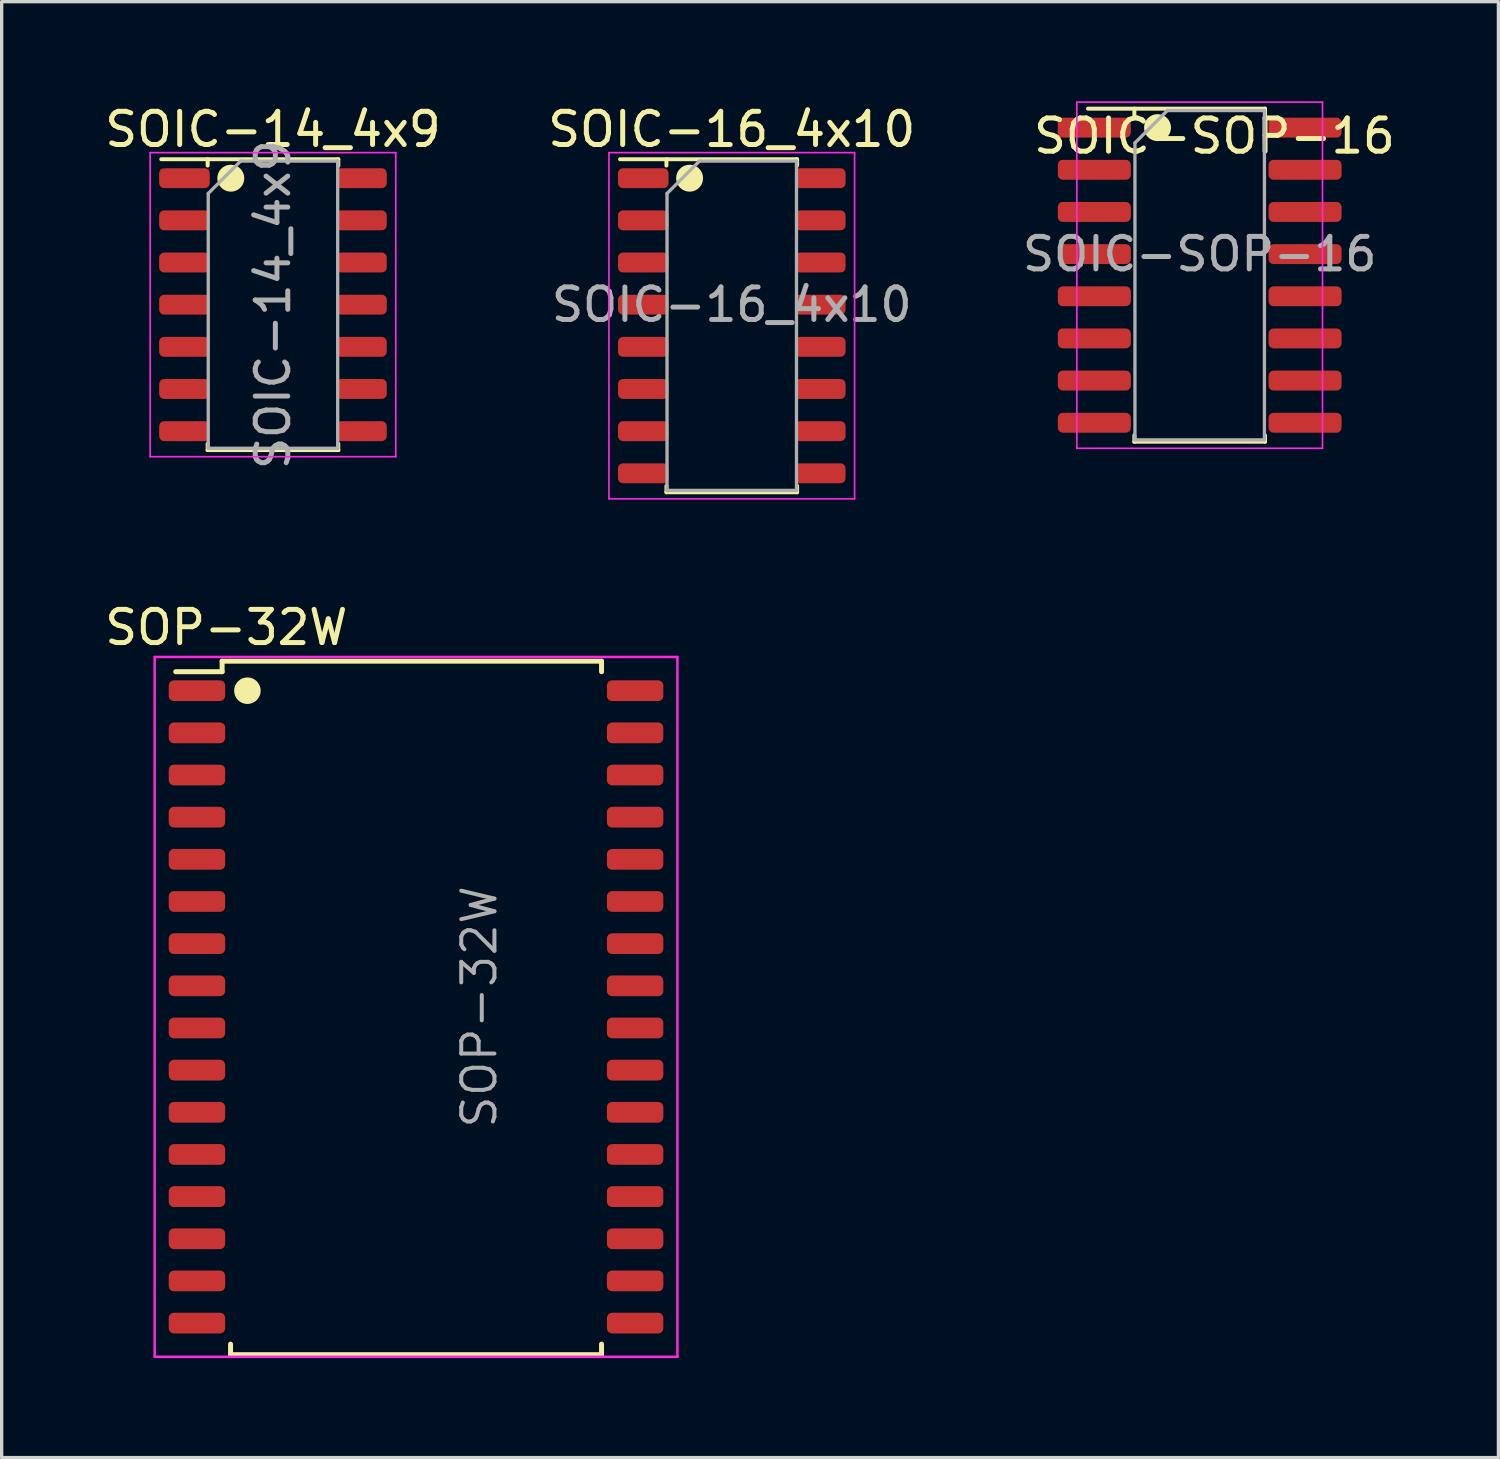
<source format=kicad_pcb>
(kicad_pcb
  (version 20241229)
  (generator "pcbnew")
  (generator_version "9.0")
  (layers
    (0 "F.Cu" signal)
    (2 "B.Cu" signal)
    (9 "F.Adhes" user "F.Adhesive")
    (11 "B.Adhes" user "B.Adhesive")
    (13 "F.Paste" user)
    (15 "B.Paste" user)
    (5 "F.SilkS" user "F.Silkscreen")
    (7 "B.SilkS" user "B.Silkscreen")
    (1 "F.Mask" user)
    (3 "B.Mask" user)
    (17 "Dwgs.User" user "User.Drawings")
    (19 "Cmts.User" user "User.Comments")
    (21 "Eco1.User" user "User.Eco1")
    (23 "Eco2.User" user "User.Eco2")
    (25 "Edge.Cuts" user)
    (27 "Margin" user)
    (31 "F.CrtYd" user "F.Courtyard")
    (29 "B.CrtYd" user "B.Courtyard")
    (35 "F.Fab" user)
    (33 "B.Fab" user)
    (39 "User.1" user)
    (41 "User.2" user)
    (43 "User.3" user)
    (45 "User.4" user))
  (footprint "SOIC-SOP-16"
    (layer "F.Cu")
    (at 33.09 5.24)
    (property "Reference" "SOIC-SOP-16" (at 0.445 -4.191 0) (layer "F.SilkS") (effects (font (size 1 1) (thickness 0.15))))
    (attr smd)
    (fp_line (start -3.365 -5.016) (end 1.968 -5.016) (stroke (width 0.12) (type solid)) (layer "F.SilkS"))
    (fp_line (start -1.968 -4.826) (end -1.968 -5.016) (stroke (width 0.12) (type solid)) (layer "F.SilkS"))
    (fp_line (start -1.968 4.826) (end -1.968 5.016) (stroke (width 0.12) (type solid)) (layer "F.SilkS"))
    (fp_line (start -1.968 5.016) (end 1.968 5.016) (stroke (width 0.12) (type solid)) (layer "F.SilkS"))
    (fp_line (start 1.968 -4.826) (end 1.968 -5.016) (stroke (width 0.12) (type solid)) (layer "F.SilkS"))
    (fp_line (start 1.968 5.016) (end 1.968 4.826) (stroke (width 0.12) (type solid)) (layer "F.SilkS"))
    (fp_circle (center -1.27 -4.445) (end -1.067 -4.445) (stroke (width 0.406) (type solid)) (fill no) (layer "F.SilkS"))
    (fp_line (start -3.7 -5.215) (end -3.7 5.215) (stroke (width 0.05) (type solid)) (layer "F.CrtYd"))
    (fp_line (start -3.7 5.215) (end 3.7 5.215) (stroke (width 0.05) (type solid)) (layer "F.CrtYd"))
    (fp_line (start 3.7 -5.215) (end -3.7 -5.215) (stroke (width 0.05) (type solid)) (layer "F.CrtYd"))
    (fp_line (start 3.7 5.215) (end 3.7 -5.215) (stroke (width 0.05) (type solid)) (layer "F.CrtYd"))
    (fp_line (start -1.95 -3.985) (end -0.975 -4.96) (stroke (width 0.1) (type solid)) (layer "F.Fab"))
    (fp_line (start -1.95 4.96) (end -1.95 -3.985) (stroke (width 0.1) (type solid)) (layer "F.Fab"))
    (fp_line (start -0.975 -4.96) (end 1.95 -4.96) (stroke (width 0.1) (type solid)) (layer "F.Fab"))
    (fp_line (start 1.95 -4.96) (end 1.95 4.96) (stroke (width 0.1) (type solid)) (layer "F.Fab"))
    (fp_line (start 1.95 4.96) (end -1.95 4.96) (stroke (width 0.1) (type solid)) (layer "F.Fab"))
    (fp_text user "${REFERENCE}" (at 0 -0.635 0) (layer "F.Fab") (effects (font (size 0.98 0.98) (thickness 0.15))))
    (pad "1" smd roundrect (at -3.175 -4.445) (size 2.2 0.6) (layers "F.Cu" "F.Mask" "F.Paste") (roundrect_rratio 0.25))
    (pad "2" smd roundrect (at -3.174 -3.175) (size 2.2 0.6) (layers "F.Cu" "F.Mask" "F.Paste") (roundrect_rratio 0.25))
    (pad "3" smd roundrect (at -3.174 -1.905) (size 2.2 0.6) (layers "F.Cu" "F.Mask" "F.Paste") (roundrect_rratio 0.25))
    (pad "4" smd roundrect (at -3.174 -0.635) (size 2.2 0.6) (layers "F.Cu" "F.Mask" "F.Paste") (roundrect_rratio 0.25))
    (pad "5" smd roundrect (at -3.174 0.635) (size 2.2 0.6) (layers "F.Cu" "F.Mask" "F.Paste") (roundrect_rratio 0.25))
    (pad "6" smd roundrect (at -3.174 1.905) (size 2.2 0.6) (layers "F.Cu" "F.Mask" "F.Paste") (roundrect_rratio 0.25))
    (pad "7" smd roundrect (at -3.174 3.175) (size 2.2 0.6) (layers "F.Cu" "F.Mask" "F.Paste") (roundrect_rratio 0.25))
    (pad "8" smd roundrect (at -3.174 4.445) (size 2.2 0.6) (layers "F.Cu" "F.Mask" "F.Paste") (roundrect_rratio 0.25))
    (pad "9" smd roundrect (at 3.174 4.445) (size 2.2 0.6) (layers "F.Cu" "F.Mask" "F.Paste") (roundrect_rratio 0.25))
    (pad "10" smd roundrect (at 3.174 3.175) (size 2.2 0.6) (layers "F.Cu" "F.Mask" "F.Paste") (roundrect_rratio 0.25))
    (pad "11" smd roundrect (at 3.174 1.905) (size 2.2 0.6) (layers "F.Cu" "F.Mask" "F.Paste") (roundrect_rratio 0.25))
    (pad "12" smd roundrect (at 3.174 0.635) (size 2.2 0.6) (layers "F.Cu" "F.Mask" "F.Paste") (roundrect_rratio 0.25))
    (pad "13" smd roundrect (at 3.174 -0.635) (size 2.2 0.6) (layers "F.Cu" "F.Mask" "F.Paste") (roundrect_rratio 0.25))
    (pad "14" smd roundrect (at 3.174 -1.905) (size 2.2 0.6) (layers "F.Cu" "F.Mask" "F.Paste") (roundrect_rratio 0.25))
    (pad "15" smd roundrect (at 3.174 -3.175) (size 2.2 0.6) (layers "F.Cu" "F.Mask" "F.Paste") (roundrect_rratio 0.25))
    (pad "16" smd roundrect (at 3.174 -4.445) (size 2.2 0.6) (layers "F.Cu" "F.Mask" "F.Paste") (roundrect_rratio 0.25)))
  (footprint "SOIC-16_4x10"
    (layer "F.Cu")
    (at 18.994 6.763)
    (property "Reference" "SOIC-16_4x10" (at 0 -5.915 0) (layer "F.SilkS") (effects (font (size 1 1) (thickness 0.15))))
    (attr smd)
    (fp_line (start -3.365 -5.016) (end 1.968 -5.016) (stroke (width 0.12) (type solid)) (layer "F.SilkS"))
    (fp_line (start -1.968 -4.826) (end -1.968 -5.016) (stroke (width 0.12) (type solid)) (layer "F.SilkS"))
    (fp_line (start -1.968 4.826) (end -1.968 5.016) (stroke (width 0.12) (type solid)) (layer "F.SilkS"))
    (fp_line (start -1.968 5.016) (end 1.968 5.016) (stroke (width 0.12) (type solid)) (layer "F.SilkS"))
    (fp_line (start 1.968 -4.826) (end 1.968 -5.016) (stroke (width 0.12) (type solid)) (layer "F.SilkS"))
    (fp_line (start 1.968 5.016) (end 1.968 4.826) (stroke (width 0.12) (type solid)) (layer "F.SilkS"))
    (fp_circle (center -1.27 -4.445) (end -1.067 -4.445) (stroke (width 0.406) (type solid)) (fill no) (layer "F.SilkS"))
    (fp_line (start -3.7 -5.215) (end -3.7 5.215) (stroke (width 0.05) (type solid)) (layer "F.CrtYd"))
    (fp_line (start -3.7 5.215) (end 3.7 5.215) (stroke (width 0.05) (type solid)) (layer "F.CrtYd"))
    (fp_line (start 3.7 -5.215) (end -3.7 -5.215) (stroke (width 0.05) (type solid)) (layer "F.CrtYd"))
    (fp_line (start 3.7 5.215) (end 3.7 -5.215) (stroke (width 0.05) (type solid)) (layer "F.CrtYd"))
    (fp_line (start -1.95 -3.985) (end -0.975 -4.96) (stroke (width 0.1) (type solid)) (layer "F.Fab"))
    (fp_line (start -1.95 4.96) (end -1.95 -3.985) (stroke (width 0.1) (type solid)) (layer "F.Fab"))
    (fp_line (start -0.975 -4.96) (end 1.95 -4.96) (stroke (width 0.1) (type solid)) (layer "F.Fab"))
    (fp_line (start 1.95 -4.96) (end 1.95 4.96) (stroke (width 0.1) (type solid)) (layer "F.Fab"))
    (fp_line (start 1.95 4.96) (end -1.95 4.96) (stroke (width 0.1) (type solid)) (layer "F.Fab"))
    (fp_text user "${REFERENCE}" (at 0 -0.635 0) (layer "F.Fab") (effects (font (size 0.98 0.98) (thickness 0.15))))
    (pad "1" smd roundrect (at -2.666 -4.445) (size 1.524 0.6) (layers "F.Cu" "F.Mask" "F.Paste") (roundrect_rratio 0.25))
    (pad "2" smd roundrect (at -2.666 -3.175) (size 1.524 0.6) (layers "F.Cu" "F.Mask" "F.Paste") (roundrect_rratio 0.25))
    (pad "3" smd roundrect (at -2.666 -1.905) (size 1.524 0.6) (layers "F.Cu" "F.Mask" "F.Paste") (roundrect_rratio 0.25))
    (pad "4" smd roundrect (at -2.666 -0.635) (size 1.524 0.6) (layers "F.Cu" "F.Mask" "F.Paste") (roundrect_rratio 0.25))
    (pad "5" smd roundrect (at -2.666 0.635) (size 1.524 0.6) (layers "F.Cu" "F.Mask" "F.Paste") (roundrect_rratio 0.25))
    (pad "6" smd roundrect (at -2.666 1.905) (size 1.524 0.6) (layers "F.Cu" "F.Mask" "F.Paste") (roundrect_rratio 0.25))
    (pad "7" smd roundrect (at -2.666 3.175) (size 1.524 0.6) (layers "F.Cu" "F.Mask" "F.Paste") (roundrect_rratio 0.25))
    (pad "8" smd roundrect (at -2.666 4.445) (size 1.524 0.6) (layers "F.Cu" "F.Mask" "F.Paste") (roundrect_rratio 0.25))
    (pad "9" smd roundrect (at 2.666 4.445) (size 1.524 0.6) (layers "F.Cu" "F.Mask" "F.Paste") (roundrect_rratio 0.25))
    (pad "10" smd roundrect (at 2.666 3.175) (size 1.524 0.6) (layers "F.Cu" "F.Mask" "F.Paste") (roundrect_rratio 0.25))
    (pad "11" smd roundrect (at 2.666 1.905) (size 1.524 0.6) (layers "F.Cu" "F.Mask" "F.Paste") (roundrect_rratio 0.25))
    (pad "12" smd roundrect (at 2.666 0.635) (size 1.524 0.6) (layers "F.Cu" "F.Mask" "F.Paste") (roundrect_rratio 0.25))
    (pad "13" smd roundrect (at 2.666 -0.635) (size 1.524 0.6) (layers "F.Cu" "F.Mask" "F.Paste") (roundrect_rratio 0.25))
    (pad "14" smd roundrect (at 2.666 -1.905) (size 1.524 0.6) (layers "F.Cu" "F.Mask" "F.Paste") (roundrect_rratio 0.25))
    (pad "15" smd roundrect (at 2.666 -3.175) (size 1.524 0.6) (layers "F.Cu" "F.Mask" "F.Paste") (roundrect_rratio 0.25))
    (pad "16" smd roundrect (at 2.666 -4.445) (size 1.524 0.6) (layers "F.Cu" "F.Mask" "F.Paste") (roundrect_rratio 0.25)))
  (footprint "SOIC-14_4x9"
    (layer "F.Cu")
    (at 5.173 6.128)
    (property "Reference" "SOIC-14_4x9" (at 0 -5.28 0) (layer "F.SilkS") (effects (font (size 1 1) (thickness 0.15))))
    (attr smd)
    (fp_line (start -3.365 -4.381) (end 1.968 -4.381) (stroke (width 0.12) (type solid)) (layer "F.SilkS"))
    (fp_line (start -1.968 -4.191) (end -1.968 -4.381) (stroke (width 0.12) (type solid)) (layer "F.SilkS"))
    (fp_line (start -1.968 4.191) (end -1.968 4.381) (stroke (width 0.12) (type solid)) (layer "F.SilkS"))
    (fp_line (start -1.968 4.381) (end 1.968 4.381) (stroke (width 0.12) (type solid)) (layer "F.SilkS"))
    (fp_line (start 1.968 -4.191) (end 1.968 -4.381) (stroke (width 0.12) (type solid)) (layer "F.SilkS"))
    (fp_line (start 1.968 4.381) (end 1.968 4.191) (stroke (width 0.12) (type solid)) (layer "F.SilkS"))
    (fp_circle (center -1.27 -3.81) (end -1.067 -3.81) (stroke (width 0.406) (type solid)) (fill no) (layer "F.SilkS"))
    (fp_line (start -3.7 -4.58) (end -3.7 4.58) (stroke (width 0.05) (type solid)) (layer "F.CrtYd"))
    (fp_line (start -3.7 4.58) (end 3.7 4.58) (stroke (width 0.05) (type solid)) (layer "F.CrtYd"))
    (fp_line (start 3.7 -4.58) (end -3.7 -4.58) (stroke (width 0.05) (type solid)) (layer "F.CrtYd"))
    (fp_line (start 3.7 4.58) (end 3.7 -4.58) (stroke (width 0.05) (type solid)) (layer "F.CrtYd"))
    (fp_line (start -1.95 -3.35) (end -0.975 -4.325) (stroke (width 0.1) (type solid)) (layer "F.Fab"))
    (fp_line (start -1.95 4.325) (end -1.95 -3.35) (stroke (width 0.1) (type solid)) (layer "F.Fab"))
    (fp_line (start -0.975 -4.325) (end 1.95 -4.325) (stroke (width 0.1) (type solid)) (layer "F.Fab"))
    (fp_line (start 1.95 -4.325) (end 1.95 4.325) (stroke (width 0.1) (type solid)) (layer "F.Fab"))
    (fp_line (start 1.95 4.325) (end -1.95 4.325) (stroke (width 0.1) (type solid)) (layer "F.Fab"))
    (fp_text user "${REFERENCE}" (at 0 0 270) (layer "F.Fab") (effects (font (size 0.98 0.98) (thickness 0.15))))
    (pad "1" smd roundrect (at -2.666 -3.81) (size 1.524 0.6) (layers "F.Cu" "F.Mask" "F.Paste") (roundrect_rratio 0.25))
    (pad "2" smd roundrect (at -2.666 -2.54) (size 1.524 0.6) (layers "F.Cu" "F.Mask" "F.Paste") (roundrect_rratio 0.25))
    (pad "3" smd roundrect (at -2.666 -1.27) (size 1.524 0.6) (layers "F.Cu" "F.Mask" "F.Paste") (roundrect_rratio 0.25))
    (pad "4" smd roundrect (at -2.666 0) (size 1.524 0.6) (layers "F.Cu" "F.Mask" "F.Paste") (roundrect_rratio 0.25))
    (pad "5" smd roundrect (at -2.666 1.27) (size 1.524 0.6) (layers "F.Cu" "F.Mask" "F.Paste") (roundrect_rratio 0.25))
    (pad "6" smd roundrect (at -2.666 2.54) (size 1.524 0.6) (layers "F.Cu" "F.Mask" "F.Paste") (roundrect_rratio 0.25))
    (pad "7" smd roundrect (at -2.666 3.81) (size 1.524 0.6) (layers "F.Cu" "F.Mask" "F.Paste") (roundrect_rratio 0.25))
    (pad "8" smd roundrect (at 2.666 3.81) (size 1.524 0.6) (layers "F.Cu" "F.Mask" "F.Paste") (roundrect_rratio 0.25))
    (pad "9" smd roundrect (at 2.666 2.54) (size 1.524 0.6) (layers "F.Cu" "F.Mask" "F.Paste") (roundrect_rratio 0.25))
    (pad "10" smd roundrect (at 2.666 1.27) (size 1.524 0.6) (layers "F.Cu" "F.Mask" "F.Paste") (roundrect_rratio 0.25))
    (pad "11" smd roundrect (at 2.666 0) (size 1.524 0.6) (layers "F.Cu" "F.Mask" "F.Paste") (roundrect_rratio 0.25))
    (pad "12" smd roundrect (at 2.666 -1.27) (size 1.524 0.6) (layers "F.Cu" "F.Mask" "F.Paste") (roundrect_rratio 0.25))
    (pad "13" smd roundrect (at 2.666 -2.54) (size 1.524 0.6) (layers "F.Cu" "F.Mask" "F.Paste") (roundrect_rratio 0.25))
    (pad "14" smd roundrect (at 2.666 -3.81) (size 1.524 0.6) (layers "F.Cu" "F.Mask" "F.Paste") (roundrect_rratio 0.25)))
  (footprint "SOP-32W"
    (layer "F.Cu")
    (at 9.483 27.282)
    (property "Reference" "SOP-32W" (at -5.715 -11.43 0) (layer "F.SilkS") (effects (font (size 1 1) (thickness 0.15))))
    (attr smd)
    (fp_line (start -7.239 -10.097) (end -5.842 -10.097) (stroke (width 0.15) (type solid)) (layer "F.SilkS"))
    (fp_line (start -5.842 -10.414) (end 5.588 -10.414) (stroke (width 0.15) (type solid)) (layer "F.SilkS"))
    (fp_line (start -5.842 -10.097) (end -5.842 -10.414) (stroke (width 0.15) (type solid)) (layer "F.SilkS"))
    (fp_line (start -5.588 10.477) (end -5.588 10.16) (stroke (width 0.15) (type solid)) (layer "F.SilkS"))
    (fp_line (start -5.588 10.477) (end 5.588 10.477) (stroke (width 0.15) (type solid)) (layer "F.SilkS"))
    (fp_line (start 5.588 -10.414) (end 5.588 -10.097) (stroke (width 0.15) (type solid)) (layer "F.SilkS"))
    (fp_line (start 5.588 10.16) (end 5.588 10.477) (stroke (width 0.15) (type solid)) (layer "F.SilkS"))
    (fp_circle (center -5.08 -9.525) (end -4.88 -9.525) (stroke (width 0.4) (type solid)) (fill no) (layer "F.SilkS"))
    (fp_line (start -7.874 -10.541) (end -7.874 10.541) (stroke (width 0.075) (type solid)) (layer "F.CrtYd"))
    (fp_line (start -7.874 -10.541) (end 7.874 -10.541) (stroke (width 0.075) (type solid)) (layer "F.CrtYd"))
    (fp_line (start -7.874 10.541) (end 7.874 10.541) (stroke (width 0.075) (type solid)) (layer "F.CrtYd"))
    (fp_line (start 7.874 10.541) (end 7.874 -10.541) (stroke (width 0.075) (type solid)) (layer "F.CrtYd"))
    (fp_text user "${REFERENCE}" (at 1.905 0 270) (layer "F.Fab") (effects (font (size 1 1) (thickness 0.12))))
    (pad "1" smd roundrect (at -6.6 -9.525) (size 1.7 0.625) (layers "F.Cu" "F.Mask" "F.Paste") (roundrect_rratio 0.25))
    (pad "2" smd roundrect (at -6.6 -8.255) (size 1.7 0.625) (layers "F.Cu" "F.Mask" "F.Paste") (roundrect_rratio 0.25))
    (pad "3" smd roundrect (at -6.6 -6.985) (size 1.7 0.625) (layers "F.Cu" "F.Mask" "F.Paste") (roundrect_rratio 0.25))
    (pad "4" smd roundrect (at -6.6 -5.715) (size 1.7 0.625) (layers "F.Cu" "F.Mask" "F.Paste") (roundrect_rratio 0.25))
    (pad "5" smd roundrect (at -6.6 -4.445) (size 1.7 0.625) (layers "F.Cu" "F.Mask" "F.Paste") (roundrect_rratio 0.25))
    (pad "6" smd roundrect (at -6.6 -3.175) (size 1.7 0.625) (layers "F.Cu" "F.Mask" "F.Paste") (roundrect_rratio 0.25))
    (pad "7" smd roundrect (at -6.6 -1.905) (size 1.7 0.625) (layers "F.Cu" "F.Mask" "F.Paste") (roundrect_rratio 0.25))
    (pad "8" smd roundrect (at -6.6 -0.635) (size 1.7 0.625) (layers "F.Cu" "F.Mask" "F.Paste") (roundrect_rratio 0.25))
    (pad "9" smd roundrect (at -6.6 0.635) (size 1.7 0.625) (layers "F.Cu" "F.Mask" "F.Paste") (roundrect_rratio 0.25))
    (pad "10" smd roundrect (at -6.6 1.905) (size 1.7 0.625) (layers "F.Cu" "F.Mask" "F.Paste") (roundrect_rratio 0.25))
    (pad "11" smd roundrect (at -6.6 3.175) (size 1.7 0.625) (layers "F.Cu" "F.Mask" "F.Paste") (roundrect_rratio 0.25))
    (pad "12" smd roundrect (at -6.6 4.445) (size 1.7 0.625) (layers "F.Cu" "F.Mask" "F.Paste") (roundrect_rratio 0.25))
    (pad "13" smd roundrect (at -6.6 5.715) (size 1.7 0.625) (layers "F.Cu" "F.Mask" "F.Paste") (roundrect_rratio 0.25))
    (pad "14" smd roundrect (at -6.6 6.985) (size 1.7 0.625) (layers "F.Cu" "F.Mask" "F.Paste") (roundrect_rratio 0.25))
    (pad "15" smd roundrect (at -6.6 8.255) (size 1.7 0.625) (layers "F.Cu" "F.Mask" "F.Paste") (roundrect_rratio 0.25))
    (pad "16" smd roundrect (at -6.6 9.525) (size 1.7 0.625) (layers "F.Cu" "F.Mask" "F.Paste") (roundrect_rratio 0.25))
    (pad "17" smd roundrect (at 6.6 9.525) (size 1.7 0.625) (layers "F.Cu" "F.Mask" "F.Paste") (roundrect_rratio 0.25))
    (pad "18" smd roundrect (at 6.6 8.255) (size 1.7 0.625) (layers "F.Cu" "F.Mask" "F.Paste") (roundrect_rratio 0.25))
    (pad "19" smd roundrect (at 6.6 6.985) (size 1.7 0.625) (layers "F.Cu" "F.Mask" "F.Paste") (roundrect_rratio 0.25))
    (pad "20" smd roundrect (at 6.6 5.715) (size 1.7 0.625) (layers "F.Cu" "F.Mask" "F.Paste") (roundrect_rratio 0.25))
    (pad "21" smd roundrect (at 6.6 4.445) (size 1.7 0.625) (layers "F.Cu" "F.Mask" "F.Paste") (roundrect_rratio 0.25))
    (pad "22" smd roundrect (at 6.6 3.175) (size 1.7 0.625) (layers "F.Cu" "F.Mask" "F.Paste") (roundrect_rratio 0.25))
    (pad "23" smd roundrect (at 6.6 1.905) (size 1.7 0.625) (layers "F.Cu" "F.Mask" "F.Paste") (roundrect_rratio 0.25))
    (pad "24" smd roundrect (at 6.6 0.635) (size 1.7 0.625) (layers "F.Cu" "F.Mask" "F.Paste") (roundrect_rratio 0.25))
    (pad "25" smd roundrect (at 6.6 -0.635) (size 1.7 0.625) (layers "F.Cu" "F.Mask" "F.Paste") (roundrect_rratio 0.25))
    (pad "26" smd roundrect (at 6.6 -1.905) (size 1.7 0.625) (layers "F.Cu" "F.Mask" "F.Paste") (roundrect_rratio 0.25))
    (pad "27" smd roundrect (at 6.6 -3.175) (size 1.7 0.625) (layers "F.Cu" "F.Mask" "F.Paste") (roundrect_rratio 0.25))
    (pad "28" smd roundrect (at 6.6 -4.445) (size 1.7 0.625) (layers "F.Cu" "F.Mask" "F.Paste") (roundrect_rratio 0.25))
    (pad "29" smd roundrect (at 6.6 -5.715) (size 1.7 0.625) (layers "F.Cu" "F.Mask" "F.Paste") (roundrect_rratio 0.25))
    (pad "30" smd roundrect (at 6.6 -6.985) (size 1.7 0.625) (layers "F.Cu" "F.Mask" "F.Paste") (roundrect_rratio 0.25))
    (pad "31" smd roundrect (at 6.6 -8.255) (size 1.7 0.625) (layers "F.Cu" "F.Mask" "F.Paste") (roundrect_rratio 0.25))
    (pad "32" smd roundrect (at 6.6 -9.525) (size 1.7 0.625) (layers "F.Cu" "F.Mask" "F.Paste") (roundrect_rratio 0.25)))
  (gr_rect
    (start -3 -3)
    (end 42.088 40.86)
    (stroke (width 0.1) (type default))
    (fill no)
    (layer "Edge.Cuts")))
</source>
